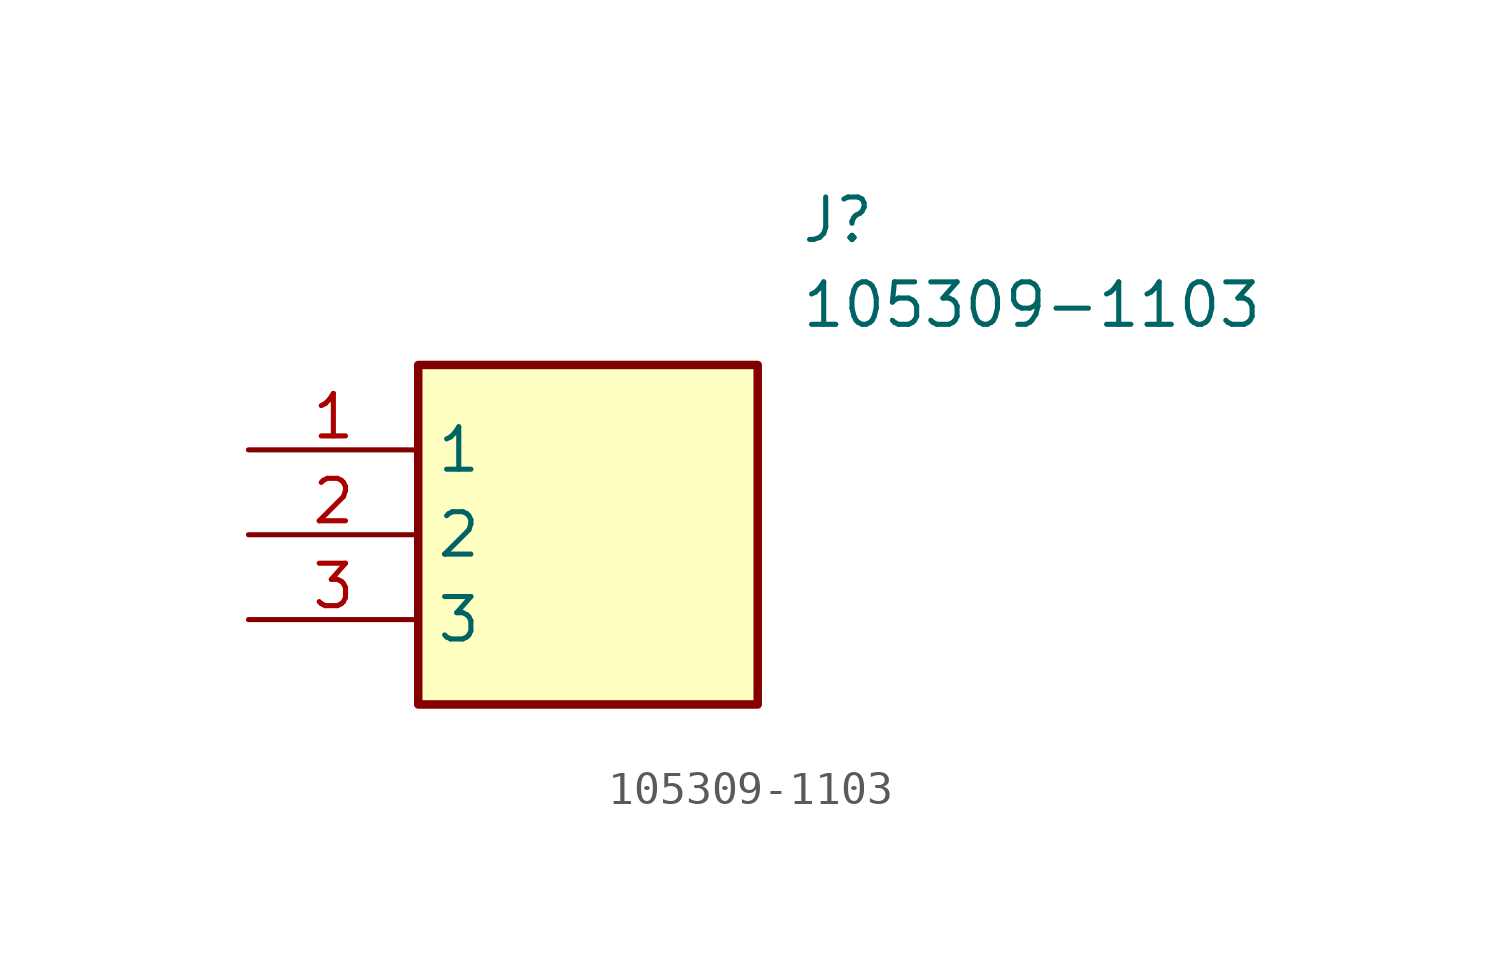
<source format=kicad_sym>
(kicad_symbol_lib
  (version 20211014)
  (generator SamacSys_ECAD_Model)
  (symbol "105309-1103"
    (property "Reference" "J"
      (at 16.51 7.62 0)
      (effects (font (size 1.27 1.27)) (justify left top)))
    (property "Value" "105309-1103"
      (at 16.51 5.08 0)
      (effects (font (size 1.27 1.27)) (justify left top)))
    (rectangle
      (start 5.08 2.54)
      (end 15.24 -7.62)
      (stroke (width 0.254) (type default))
      (fill (type background)))
    (pin passive line
      (at 0 0 0)
      (length 5.08)
      (name "1" (effects (font (size 1.27 1.27))))
      (number "1" (effects (font (size 1.27 1.27)))))
    (pin passive line
      (at 0 -2.54 0)
      (length 5.08)
      (name "2" (effects (font (size 1.27 1.27))))
      (number "2" (effects (font (size 1.27 1.27)))))
    (pin passive line
      (at 0 -5.08 0)
      (length 5.08)
      (name "3" (effects (font (size 1.27 1.27))))
      (number "3" (effects (font (size 1.27 1.27)))))))
</source>
